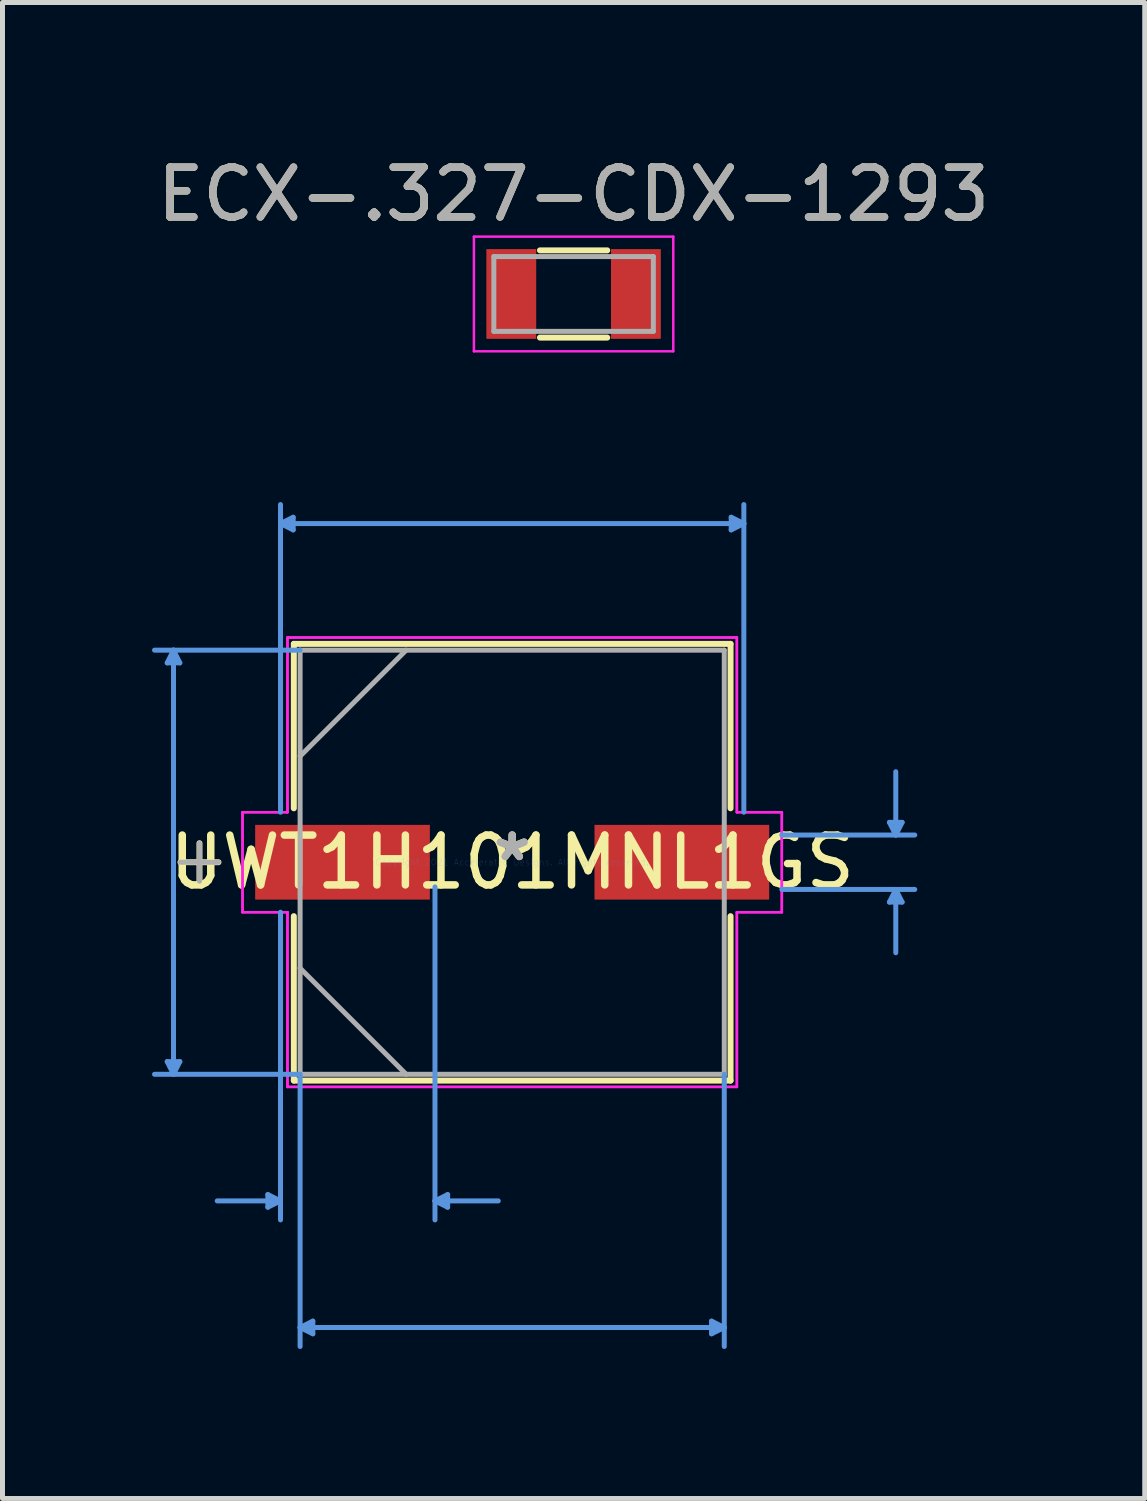
<source format=kicad_pcb>
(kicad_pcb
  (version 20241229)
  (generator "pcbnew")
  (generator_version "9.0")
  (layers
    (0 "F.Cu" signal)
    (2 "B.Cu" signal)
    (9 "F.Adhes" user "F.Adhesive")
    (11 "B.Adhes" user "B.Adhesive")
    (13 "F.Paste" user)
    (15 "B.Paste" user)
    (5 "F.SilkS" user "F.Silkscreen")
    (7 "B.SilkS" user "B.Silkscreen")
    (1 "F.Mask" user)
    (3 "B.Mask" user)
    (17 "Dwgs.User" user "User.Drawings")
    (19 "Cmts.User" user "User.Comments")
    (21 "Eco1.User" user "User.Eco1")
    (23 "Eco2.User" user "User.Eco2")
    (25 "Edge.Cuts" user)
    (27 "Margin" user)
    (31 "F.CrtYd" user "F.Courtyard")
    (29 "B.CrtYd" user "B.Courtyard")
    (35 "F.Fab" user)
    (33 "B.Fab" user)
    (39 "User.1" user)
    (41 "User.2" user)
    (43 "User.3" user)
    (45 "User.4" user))
  (footprint "UWT1H101MNL1GS"
    (layer "F.Cu")
    (at 7.226 14.249)
    (property "Reference" "UWT1H101MNL1GS" (at 0 0 0) (layer "F.SilkS") (effects (font (size 1 1) (thickness 0.15))))
    (attr through_hole)
    (fp_line (start -6.274 -0.381) (end -6.274 0.381) (stroke (width 0.12) (type solid)) (layer "F.SilkS"))
    (fp_line (start -5.893 0) (end -6.655 0) (stroke (width 0.12) (type solid)) (layer "F.SilkS"))
    (fp_line (start -4.381 -4.381) (end -4.381 -1.082) (stroke (width 0.12) (type solid)) (layer "F.SilkS"))
    (fp_line (start -4.381 1.082) (end -4.381 4.381) (stroke (width 0.12) (type solid)) (layer "F.SilkS"))
    (fp_line (start -4.381 4.381) (end 4.381 4.381) (stroke (width 0.12) (type solid)) (layer "F.SilkS"))
    (fp_line (start 4.381 -4.381) (end -4.381 -4.381) (stroke (width 0.12) (type solid)) (layer "F.SilkS"))
    (fp_line (start 4.381 -1.082) (end 4.381 -4.381) (stroke (width 0.12) (type solid)) (layer "F.SilkS"))
    (fp_line (start 4.381 4.381) (end 4.381 1.082) (stroke (width 0.12) (type solid)) (layer "F.SilkS"))
    (fp_line (start -6.921 -4) (end -6.668 -4) (stroke (width 0.1) (type solid)) (layer "Cmts.User"))
    (fp_line (start -6.921 4) (end -6.668 4) (stroke (width 0.1) (type solid)) (layer "Cmts.User"))
    (fp_line (start -6.795 -4.255) (end -6.921 -4) (stroke (width 0.1) (type solid)) (layer "Cmts.User"))
    (fp_line (start -6.795 -4.255) (end -6.795 4.255) (stroke (width 0.1) (type solid)) (layer "Cmts.User"))
    (fp_line (start -6.795 -4.255) (end -6.668 -4) (stroke (width 0.1) (type solid)) (layer "Cmts.User"))
    (fp_line (start -6.795 4.255) (end -6.921 4) (stroke (width 0.1) (type solid)) (layer "Cmts.User"))
    (fp_line (start -6.795 4.255) (end -6.668 4) (stroke (width 0.1) (type solid)) (layer "Cmts.User"))
    (fp_line (start -4.902 6.668) (end -4.902 6.921) (stroke (width 0.1) (type solid)) (layer "Cmts.User"))
    (fp_line (start -4.648 -6.795) (end -4.394 -6.921) (stroke (width 0.1) (type solid)) (layer "Cmts.User"))
    (fp_line (start -4.648 -6.795) (end -4.394 -6.668) (stroke (width 0.1) (type solid)) (layer "Cmts.User"))
    (fp_line (start -4.648 -6.795) (end 4.648 -6.795) (stroke (width 0.1) (type solid)) (layer "Cmts.User"))
    (fp_line (start -4.648 -1.003) (end -4.648 -7.176) (stroke (width 0.1) (type solid)) (layer "Cmts.User"))
    (fp_line (start -4.648 1.003) (end -4.648 7.176) (stroke (width 0.1) (type solid)) (layer "Cmts.User"))
    (fp_line (start -4.648 6.795) (end -5.918 6.795) (stroke (width 0.1) (type solid)) (layer "Cmts.User"))
    (fp_line (start -4.648 6.795) (end -4.902 6.668) (stroke (width 0.1) (type solid)) (layer "Cmts.User"))
    (fp_line (start -4.648 6.795) (end -4.902 6.921) (stroke (width 0.1) (type solid)) (layer "Cmts.User"))
    (fp_line (start -4.394 -6.921) (end -4.394 -6.668) (stroke (width 0.1) (type solid)) (layer "Cmts.User"))
    (fp_line (start -4.255 -4.255) (end -7.176 -4.255) (stroke (width 0.1) (type solid)) (layer "Cmts.User"))
    (fp_line (start -4.255 4.255) (end -7.176 4.255) (stroke (width 0.1) (type solid)) (layer "Cmts.User"))
    (fp_line (start -4.255 4.255) (end -4.255 9.716) (stroke (width 0.1) (type solid)) (layer "Cmts.User"))
    (fp_line (start -4.255 9.335) (end -4 9.207) (stroke (width 0.1) (type solid)) (layer "Cmts.User"))
    (fp_line (start -4.255 9.335) (end -4 9.461) (stroke (width 0.1) (type solid)) (layer "Cmts.User"))
    (fp_line (start -4.255 9.335) (end 4.255 9.335) (stroke (width 0.1) (type solid)) (layer "Cmts.User"))
    (fp_line (start -4 9.207) (end -4 9.461) (stroke (width 0.1) (type solid)) (layer "Cmts.User"))
    (fp_line (start -1.549 0.495) (end -1.549 7.176) (stroke (width 0.1) (type solid)) (layer "Cmts.User"))
    (fp_line (start -1.549 6.795) (end -1.295 6.668) (stroke (width 0.1) (type solid)) (layer "Cmts.User"))
    (fp_line (start -1.549 6.795) (end -1.295 6.921) (stroke (width 0.1) (type solid)) (layer "Cmts.User"))
    (fp_line (start -1.549 6.795) (end -0.279 6.795) (stroke (width 0.1) (type solid)) (layer "Cmts.User"))
    (fp_line (start -1.295 6.668) (end -1.295 6.921) (stroke (width 0.1) (type solid)) (layer "Cmts.User"))
    (fp_line (start 4 9.207) (end 4 9.461) (stroke (width 0.1) (type solid)) (layer "Cmts.User"))
    (fp_line (start 4.255 4.255) (end 4.255 9.716) (stroke (width 0.1) (type solid)) (layer "Cmts.User"))
    (fp_line (start 4.255 9.335) (end 4 9.207) (stroke (width 0.1) (type solid)) (layer "Cmts.User"))
    (fp_line (start 4.255 9.335) (end 4 9.461) (stroke (width 0.1) (type solid)) (layer "Cmts.User"))
    (fp_line (start 4.394 -6.921) (end 4.394 -6.668) (stroke (width 0.1) (type solid)) (layer "Cmts.User"))
    (fp_line (start 4.648 -6.795) (end 4.394 -6.921) (stroke (width 0.1) (type solid)) (layer "Cmts.User"))
    (fp_line (start 4.648 -6.795) (end 4.394 -6.668) (stroke (width 0.1) (type solid)) (layer "Cmts.User"))
    (fp_line (start 4.648 -1.003) (end 4.648 -7.176) (stroke (width 0.1) (type solid)) (layer "Cmts.User"))
    (fp_line (start 5.41 -0.546) (end 8.077 -0.546) (stroke (width 0.1) (type solid)) (layer "Cmts.User"))
    (fp_line (start 5.41 0.546) (end 8.077 0.546) (stroke (width 0.1) (type solid)) (layer "Cmts.User"))
    (fp_line (start 7.569 -0.8) (end 7.823 -0.8) (stroke (width 0.1) (type solid)) (layer "Cmts.User"))
    (fp_line (start 7.569 0.8) (end 7.823 0.8) (stroke (width 0.1) (type solid)) (layer "Cmts.User"))
    (fp_line (start 7.696 -0.546) (end 7.569 -0.8) (stroke (width 0.1) (type solid)) (layer "Cmts.User"))
    (fp_line (start 7.696 -0.546) (end 7.696 -1.816) (stroke (width 0.1) (type solid)) (layer "Cmts.User"))
    (fp_line (start 7.696 -0.546) (end 7.823 -0.8) (stroke (width 0.1) (type solid)) (layer "Cmts.User"))
    (fp_line (start 7.696 0.546) (end 7.569 0.8) (stroke (width 0.1) (type solid)) (layer "Cmts.User"))
    (fp_line (start 7.696 0.546) (end 7.696 1.816) (stroke (width 0.1) (type solid)) (layer "Cmts.User"))
    (fp_line (start 7.696 0.546) (end 7.823 0.8) (stroke (width 0.1) (type solid)) (layer "Cmts.User"))
    (fp_line (start -5.41 -1.003) (end -4.508 -1.003) (stroke (width 0.05) (type solid)) (layer "F.CrtYd"))
    (fp_line (start -5.41 -1.003) (end -4.508 -1.003) (stroke (width 0.05) (type solid)) (layer "F.CrtYd"))
    (fp_line (start -5.41 1.003) (end -5.41 -1.003) (stroke (width 0.05) (type solid)) (layer "F.CrtYd"))
    (fp_line (start -5.41 1.003) (end -5.41 -1.003) (stroke (width 0.05) (type solid)) (layer "F.CrtYd"))
    (fp_line (start -4.508 -4.508) (end 4.508 -4.508) (stroke (width 0.05) (type solid)) (layer "F.CrtYd"))
    (fp_line (start -4.508 -4.508) (end 4.508 -4.508) (stroke (width 0.05) (type solid)) (layer "F.CrtYd"))
    (fp_line (start -4.508 -1.003) (end -4.508 -4.508) (stroke (width 0.05) (type solid)) (layer "F.CrtYd"))
    (fp_line (start -4.508 -1.003) (end -4.508 -4.508) (stroke (width 0.05) (type solid)) (layer "F.CrtYd"))
    (fp_line (start -4.508 1.003) (end -5.41 1.003) (stroke (width 0.05) (type solid)) (layer "F.CrtYd"))
    (fp_line (start -4.508 1.003) (end -5.41 1.003) (stroke (width 0.05) (type solid)) (layer "F.CrtYd"))
    (fp_line (start -4.508 4.508) (end -4.508 1.003) (stroke (width 0.05) (type solid)) (layer "F.CrtYd"))
    (fp_line (start -4.508 4.508) (end -4.508 1.003) (stroke (width 0.05) (type solid)) (layer "F.CrtYd"))
    (fp_line (start 4.508 -4.508) (end 4.508 -1.003) (stroke (width 0.05) (type solid)) (layer "F.CrtYd"))
    (fp_line (start 4.508 -4.508) (end 4.508 -1.003) (stroke (width 0.05) (type solid)) (layer "F.CrtYd"))
    (fp_line (start 4.508 -1.003) (end 5.41 -1.003) (stroke (width 0.05) (type solid)) (layer "F.CrtYd"))
    (fp_line (start 4.508 -1.003) (end 5.41 -1.003) (stroke (width 0.05) (type solid)) (layer "F.CrtYd"))
    (fp_line (start 4.508 1.003) (end 4.508 4.508) (stroke (width 0.05) (type solid)) (layer "F.CrtYd"))
    (fp_line (start 4.508 1.003) (end 4.508 4.508) (stroke (width 0.05) (type solid)) (layer "F.CrtYd"))
    (fp_line (start 4.508 4.508) (end -4.508 4.508) (stroke (width 0.05) (type solid)) (layer "F.CrtYd"))
    (fp_line (start 4.508 4.508) (end -4.508 4.508) (stroke (width 0.05) (type solid)) (layer "F.CrtYd"))
    (fp_line (start 5.41 -1.003) (end 5.41 1.003) (stroke (width 0.05) (type solid)) (layer "F.CrtYd"))
    (fp_line (start 5.41 -1.003) (end 5.41 1.003) (stroke (width 0.05) (type solid)) (layer "F.CrtYd"))
    (fp_line (start 5.41 1.003) (end 4.508 1.003) (stroke (width 0.05) (type solid)) (layer "F.CrtYd"))
    (fp_line (start 5.41 1.003) (end 4.508 1.003) (stroke (width 0.05) (type solid)) (layer "F.CrtYd"))
    (fp_line (start -6.274 -0.381) (end -6.274 0.381) (stroke (width 0.1) (type solid)) (layer "F.Fab"))
    (fp_line (start -5.893 0) (end -6.655 0) (stroke (width 0.1) (type solid)) (layer "F.Fab"))
    (fp_line (start -4.255 -4.255) (end -4.255 4.255) (stroke (width 0.1) (type solid)) (layer "F.Fab"))
    (fp_line (start -4.255 -2.127) (end -2.127 -4.255) (stroke (width 0.1) (type solid)) (layer "F.Fab"))
    (fp_line (start -4.255 2.127) (end -2.127 4.255) (stroke (width 0.1) (type solid)) (layer "F.Fab"))
    (fp_line (start -4.255 4.255) (end 4.255 4.255) (stroke (width 0.1) (type solid)) (layer "F.Fab"))
    (fp_line (start 4.255 -4.255) (end -4.255 -4.255) (stroke (width 0.1) (type solid)) (layer "F.Fab"))
    (fp_line (start 4.255 4.255) (end 4.255 -4.255) (stroke (width 0.1) (type solid)) (layer "F.Fab"))
    (fp_text user "*" (at 0 0 0) (layer "F.SilkS") (effects (font (size 1 1) (thickness 0.15))))
    (fp_text user "Copyright 2021 Accelerated Designs. All rights reserved." (at 0 0 0) (layer "Cmts.User") (effects (font (size 0.127 0.127) (thickness 0.002))))
    (fp_text user "*" (at 0 0 0) (layer "F.Fab") (effects (font (size 1 1) (thickness 0.15))))
    (pad "1" smd rect (at -3.404 0) (size 3.505 1.499) (layers "F.Cu" "F.Mask" "F.Paste"))
    (pad "2" smd rect (at 3.404 0) (size 3.505 1.499) (layers "F.Cu" "F.Mask" "F.Paste")))
  (footprint "ECX-.327-CDX-1293"
    (layer "F.Cu")
    (at 8.458 2.848)
    (property "Reference" "ECX-.327-CDX-1293" (at 0 -2 0) (layer "F.SilkS") (effects (font (size 1 1) (thickness 0.15))))
    (attr smd)
    (fp_line (start -0.675 -0.875) (end 0.675 -0.875) (stroke (width 0.12) (type solid)) (layer "F.SilkS"))
    (fp_line (start -0.675 0.875) (end 0.675 0.875) (stroke (width 0.12) (type solid)) (layer "F.SilkS"))
    (fp_line (start -2 -1.15) (end -2 1.15) (stroke (width 0.05) (type solid)) (layer "F.CrtYd"))
    (fp_line (start -2 -1.15) (end 2 -1.15) (stroke (width 0.05) (type solid)) (layer "F.CrtYd"))
    (fp_line (start -2 1.15) (end 2 1.15) (stroke (width 0.05) (type solid)) (layer "F.CrtYd"))
    (fp_line (start 2 -1.15) (end 2 1.15) (stroke (width 0.05) (type solid)) (layer "F.CrtYd"))
    (fp_line (start -1.6 -0.75) (end -1.6 0.75) (stroke (width 0.1) (type solid)) (layer "F.Fab"))
    (fp_line (start -1.6 -0.75) (end 1.6 -0.75) (stroke (width 0.1) (type solid)) (layer "F.Fab"))
    (fp_line (start -1.6 0.75) (end 1.6 0.75) (stroke (width 0.1) (type solid)) (layer "F.Fab"))
    (fp_line (start 1.6 -0.75) (end 1.6 0.75) (stroke (width 0.1) (type solid)) (layer "F.Fab"))
    (fp_text user "${REFERENCE}" (at 0 -2 0) (layer "F.Fab") (effects (font (size 1 1) (thickness 0.15))))
    (pad "1" smd rect (at 1.25 0) (size 1 1.8) (layers "F.Cu" "F.Mask" "F.Paste"))
    (pad "2" smd rect (at -1.25 0) (size 1 1.8) (layers "F.Cu" "F.Mask" "F.Paste")))
  (gr_rect
    (start -3 -3)
    (end 19.917 27.014)
    (stroke (width 0.1) (type default))
    (fill no)
    (layer "Edge.Cuts")))
</source>
